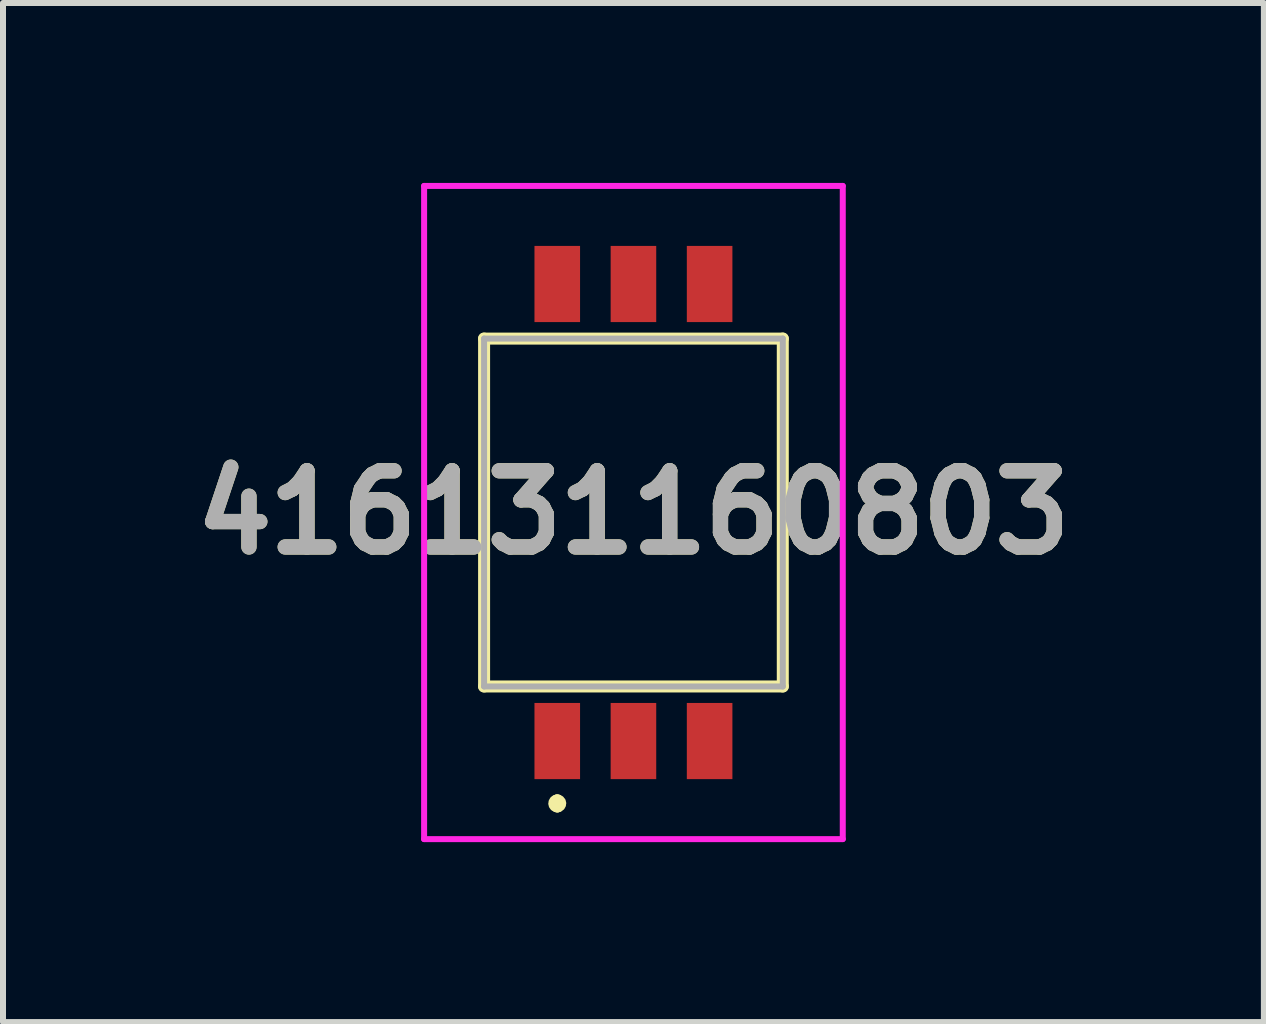
<source format=kicad_pcb>
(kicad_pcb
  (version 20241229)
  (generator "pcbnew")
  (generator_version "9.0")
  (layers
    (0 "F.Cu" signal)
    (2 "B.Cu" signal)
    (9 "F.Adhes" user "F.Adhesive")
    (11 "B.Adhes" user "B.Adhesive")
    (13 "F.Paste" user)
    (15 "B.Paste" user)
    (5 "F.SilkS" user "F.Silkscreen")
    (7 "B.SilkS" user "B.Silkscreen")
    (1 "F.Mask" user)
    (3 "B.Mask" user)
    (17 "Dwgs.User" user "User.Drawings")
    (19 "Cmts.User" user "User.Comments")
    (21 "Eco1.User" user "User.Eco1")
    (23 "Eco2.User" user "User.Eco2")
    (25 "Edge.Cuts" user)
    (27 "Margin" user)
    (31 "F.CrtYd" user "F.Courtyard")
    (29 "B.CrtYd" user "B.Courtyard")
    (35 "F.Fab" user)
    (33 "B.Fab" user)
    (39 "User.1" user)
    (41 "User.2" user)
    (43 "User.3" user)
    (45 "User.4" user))
  (footprint "416131160803"
    (layer "F.Cu")
    (at 7.511 5.495)
    (property "Reference" "416131160803" (at 0 0 0) (layer "F.SilkS") (effects (font (size 1.27 1.27) (thickness 0.254))))
    (attr smd)
    (fp_line (start -2.49 -2.9) (end 2.49 -2.9) (stroke (width 0.2) (type solid)) (layer "F.SilkS"))
    (fp_line (start -2.49 2.9) (end -2.49 -2.9) (stroke (width 0.2) (type solid)) (layer "F.SilkS"))
    (fp_line (start -1.27 4.8) (end -1.27 4.8) (stroke (width 0.2) (type solid)) (layer "F.SilkS"))
    (fp_line (start -1.27 4.9) (end -1.27 4.9) (stroke (width 0.2) (type solid)) (layer "F.SilkS"))
    (fp_line (start 2.49 -2.9) (end 2.49 2.9) (stroke (width 0.2) (type solid)) (layer "F.SilkS"))
    (fp_line (start 2.49 2.9) (end -2.49 2.9) (stroke (width 0.2) (type solid)) (layer "F.SilkS"))
    (fp_arc (start -1.27 4.8) (mid -1.22 4.85) (end -1.27 4.9) (stroke (width 0.2) (type solid)) (layer "F.SilkS"))
    (fp_arc (start -1.27 4.9) (mid -1.32 4.85) (end -1.27 4.8) (stroke (width 0.2) (type solid)) (layer "F.SilkS"))
    (fp_line (start -3.49 -5.445) (end 3.49 -5.445) (stroke (width 0.1) (type solid)) (layer "F.CrtYd"))
    (fp_line (start -3.49 5.445) (end -3.49 -5.445) (stroke (width 0.1) (type solid)) (layer "F.CrtYd"))
    (fp_line (start 3.49 -5.445) (end 3.49 5.445) (stroke (width 0.1) (type solid)) (layer "F.CrtYd"))
    (fp_line (start 3.49 5.445) (end -3.49 5.445) (stroke (width 0.1) (type solid)) (layer "F.CrtYd"))
    (fp_line (start -2.49 -2.9) (end 2.49 -2.9) (stroke (width 0.1) (type solid)) (layer "F.Fab"))
    (fp_line (start -2.49 2.9) (end -2.49 -2.9) (stroke (width 0.1) (type solid)) (layer "F.Fab"))
    (fp_line (start 2.49 -2.9) (end 2.49 2.9) (stroke (width 0.1) (type solid)) (layer "F.Fab"))
    (fp_line (start 2.49 2.9) (end -2.49 2.9) (stroke (width 0.1) (type solid)) (layer "F.Fab"))
    (fp_text user "${REFERENCE}" (at 0 0 0) (layer "F.Fab") (effects (font (size 1.27 1.27) (thickness 0.254))))
    (pad "1" smd rect (at -1.27 3.81) (size 0.76 1.27) (layers "F.Cu" "F.Mask" "F.Paste"))
    (pad "2" smd rect (at 0 3.81) (size 0.76 1.27) (layers "F.Cu" "F.Mask" "F.Paste"))
    (pad "3" smd rect (at 1.27 3.81) (size 0.76 1.27) (layers "F.Cu" "F.Mask" "F.Paste"))
    (pad "4" smd rect (at 1.27 -3.81) (size 0.76 1.27) (layers "F.Cu" "F.Mask" "F.Paste"))
    (pad "5" smd rect (at 0 -3.81) (size 0.76 1.27) (layers "F.Cu" "F.Mask" "F.Paste"))
    (pad "6" smd rect (at -1.27 -3.81) (size 0.76 1.27) (layers "F.Cu" "F.Mask" "F.Paste")))
  (gr_rect
    (start -3 -3)
    (end 18.022 13.99)
    (stroke (width 0.1) (type default))
    (fill no)
    (layer "Edge.Cuts")))
</source>
